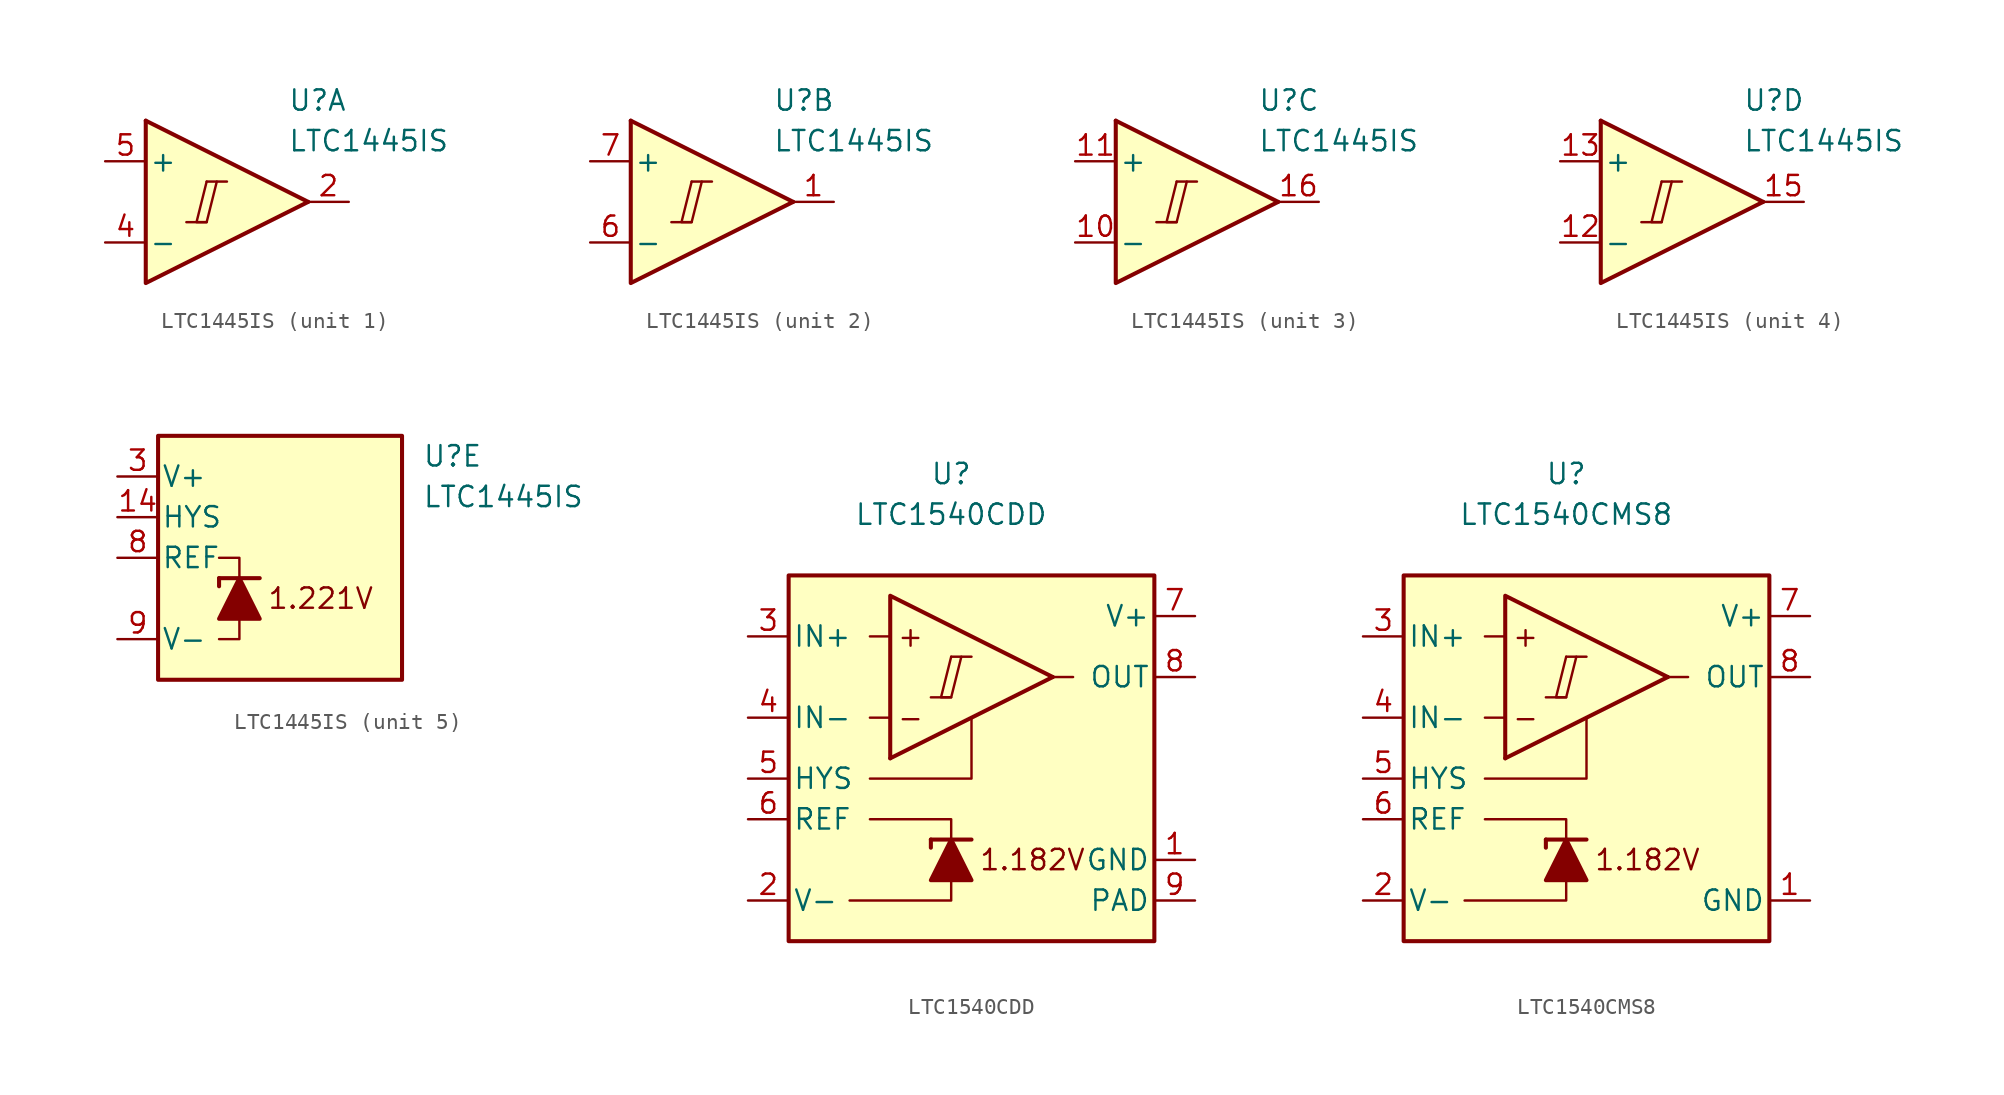
<source format=kicad_sym>
(kicad_symbol_lib
  (version 20211014)
  (generator kicad_symbol_editor)
  (symbol "LTC1445IS"
    (pin_names
      (offset 0.2))
    (property "Reference" "U"
      (at 5.08 6.35 0)
      (effects (font (size 1.27 1.27)) (justify left)))
    (property "Value" "LTC1445IS"
      (at 5.08 3.81 0)
      (effects (font (size 1.27 1.27)) (justify left)))
    (property "ki_locked" ""
      (at 0 0 0)
      (effects (font (size 1.27 1.27))))
    (symbol "LTC1445IS_1_0"
      (polyline (pts (xy -1.27 -1.27) (xy 0 -1.27)) (stroke (width 0.152) (type default) (color 0 0 0 0)) (fill (type none)))
      (polyline (pts (xy 0 1.27) (xy 1.27 1.27)) (stroke (width 0.152) (type default) (color 0 0 0 0)) (fill (type none)))
      (polyline (pts (xy 0 1.27) (xy -0.635 -1.27) (xy 0 -1.27) (xy 0.635 1.27)) (stroke (width 0.152) (type default) (color 0 0 0 0)) (fill (type none))))
    (symbol "LTC1445IS_1_1"
      (polyline (pts (xy -3.81 5.08) (xy 6.35 0)) (stroke (width 0.254) (type default) (color 0 0 0 0)) (fill (type none)))
      (polyline (pts (xy -3.81 5.08) (xy -3.81 -5.08) (xy 6.35 0)) (stroke (width 0.254) (type default) (color 0 0 0 0)) (fill (type background)))
      (pin output line (at 8.89 0 180) (length 2.54) (name "~" (effects (font (size 1.27 1.27)))) (number "2" (effects (font (size 1.27 1.27)))))
      (pin input line (at -6.35 -2.54 0) (length 2.54) (name "-" (effects (font (size 1.27 1.27)))) (number "4" (effects (font (size 1.27 1.27)))))
      (pin input line (at -6.35 2.54 0) (length 2.54) (name "+" (effects (font (size 1.27 1.27)))) (number "5" (effects (font (size 1.27 1.27))))))
    (symbol "LTC1445IS_2_0"
      (polyline (pts (xy -1.27 -1.27) (xy 0 -1.27)) (stroke (width 0.152) (type default) (color 0 0 0 0)) (fill (type none)))
      (polyline (pts (xy 0 1.27) (xy 1.27 1.27)) (stroke (width 0.152) (type default) (color 0 0 0 0)) (fill (type none)))
      (polyline (pts (xy 0 1.27) (xy -0.635 -1.27) (xy 0 -1.27) (xy 0.635 1.27)) (stroke (width 0.152) (type default) (color 0 0 0 0)) (fill (type none))))
    (symbol "LTC1445IS_2_1"
      (polyline (pts (xy -3.81 5.08) (xy 6.35 0)) (stroke (width 0.254) (type default) (color 0 0 0 0)) (fill (type none)))
      (polyline (pts (xy -3.81 5.08) (xy -3.81 -5.08) (xy 6.35 0)) (stroke (width 0.254) (type default) (color 0 0 0 0)) (fill (type background)))
      (pin output line (at 8.89 0 180) (length 2.54) (name "~" (effects (font (size 1.27 1.27)))) (number "1" (effects (font (size 1.27 1.27)))))
      (pin input line (at -6.35 -2.54 0) (length 2.54) (name "-" (effects (font (size 1.27 1.27)))) (number "6" (effects (font (size 1.27 1.27)))))
      (pin input line (at -6.35 2.54 0) (length 2.54) (name "+" (effects (font (size 1.27 1.27)))) (number "7" (effects (font (size 1.27 1.27))))))
    (symbol "LTC1445IS_3_0"
      (polyline (pts (xy -1.27 -1.27) (xy 0 -1.27)) (stroke (width 0.152) (type default) (color 0 0 0 0)) (fill (type none)))
      (polyline (pts (xy 0 1.27) (xy 1.27 1.27)) (stroke (width 0.152) (type default) (color 0 0 0 0)) (fill (type none)))
      (polyline (pts (xy 0 1.27) (xy -0.635 -1.27) (xy 0 -1.27) (xy 0.635 1.27)) (stroke (width 0.152) (type default) (color 0 0 0 0)) (fill (type none))))
    (symbol "LTC1445IS_3_1"
      (polyline (pts (xy -3.81 5.08) (xy 6.35 0)) (stroke (width 0.254) (type default) (color 0 0 0 0)) (fill (type none)))
      (polyline (pts (xy -3.81 5.08) (xy -3.81 -5.08) (xy 6.35 0)) (stroke (width 0.254) (type default) (color 0 0 0 0)) (fill (type background)))
      (pin input line (at -6.35 -2.54 0) (length 2.54) (name "-" (effects (font (size 1.27 1.27)))) (number "10" (effects (font (size 1.27 1.27)))))
      (pin input line (at -6.35 2.54 0) (length 2.54) (name "+" (effects (font (size 1.27 1.27)))) (number "11" (effects (font (size 1.27 1.27)))))
      (pin output line (at 8.89 0 180) (length 2.54) (name "~" (effects (font (size 1.27 1.27)))) (number "16" (effects (font (size 1.27 1.27))))))
    (symbol "LTC1445IS_4_0"
      (polyline (pts (xy -1.27 -1.27) (xy 0 -1.27)) (stroke (width 0.152) (type default) (color 0 0 0 0)) (fill (type none)))
      (polyline (pts (xy 0 1.27) (xy 1.27 1.27)) (stroke (width 0.152) (type default) (color 0 0 0 0)) (fill (type none)))
      (polyline (pts (xy 0 1.27) (xy -0.635 -1.27) (xy 0 -1.27) (xy 0.635 1.27)) (stroke (width 0.152) (type default) (color 0 0 0 0)) (fill (type none))))
    (symbol "LTC1445IS_4_1"
      (polyline (pts (xy -3.81 5.08) (xy 6.35 0)) (stroke (width 0.254) (type default) (color 0 0 0 0)) (fill (type none)))
      (polyline (pts (xy -3.81 5.08) (xy -3.81 -5.08) (xy 6.35 0)) (stroke (width 0.254) (type default) (color 0 0 0 0)) (fill (type background)))
      (pin input line (at -6.35 -2.54 0) (length 2.54) (name "-" (effects (font (size 1.27 1.27)))) (number "12" (effects (font (size 1.27 1.27)))))
      (pin input line (at -6.35 2.54 0) (length 2.54) (name "+" (effects (font (size 1.27 1.27)))) (number "13" (effects (font (size 1.27 1.27)))))
      (pin output line (at 8.89 0 180) (length 2.54) (name "~" (effects (font (size 1.27 1.27)))) (number "15" (effects (font (size 1.27 1.27))))))
    (symbol "LTC1445IS_5_0"
      (text "1.221V" (at -1.27 -2.54 0) (effects (font (size 1.27 1.27)))))
    (symbol "LTC1445IS_5_1"
      (rectangle (start -11.43 7.62) (end 3.81 -7.62) (stroke (width 0.254) (type default) (color 0 0 0 0)) (fill (type background)))
      (polyline (pts (xy -7.62 -1.27) (xy -7.62 -1.778)) (stroke (width 0.254) (type default) (color 0 0 0 0)) (fill (type none)))
      (polyline (pts (xy -7.62 -1.27) (xy -5.08 -1.27)) (stroke (width 0.254) (type default) (color 0 0 0 0)) (fill (type none)))
      (polyline (pts (xy -6.35 -3.81) (xy -6.35 -5.08) (xy -7.62 -5.08)) (stroke (width 0) (type default) (color 0 0 0 0)) (fill (type none)))
      (polyline (pts (xy -6.35 -1.27) (xy -6.35 0) (xy -7.62 0)) (stroke (width 0) (type default) (color 0 0 0 0)) (fill (type none)))
      (polyline (pts (xy -5.08 -3.81) (xy -7.62 -3.81) (xy -6.35 -1.27) (xy -5.08 -3.81)) (stroke (width 0.254) (type default) (color 0 0 0 0)) (fill (type outline)))
      (pin input line (at -13.97 2.54 0) (length 2.54) (name "HYS" (effects (font (size 1.27 1.27)))) (number "14" (effects (font (size 1.27 1.27)))))
      (pin power_in line (at -13.97 5.08 0) (length 2.54) (name "V+" (effects (font (size 1.27 1.27)))) (number "3" (effects (font (size 1.27 1.27)))))
      (pin output line (at -13.97 0 0) (length 2.54) (name "REF" (effects (font (size 1.27 1.27)))) (number "8" (effects (font (size 1.27 1.27)))))
      (pin power_in line (at -13.97 -5.08 0) (length 2.54) (name "V-" (effects (font (size 1.27 1.27)))) (number "9" (effects (font (size 1.27 1.27)))))))
  (symbol "LTC1540CDD"
    (pin_names
      (offset 0.254))
    (property "Reference" "U"
      (at 0 16.51 0)
      (effects (font (size 1.27 1.27))))
    (property "Value" "LTC1540CDD"
      (at 0 13.97 0)
      (effects (font (size 1.27 1.27))))
    (symbol "LTC1540CDD_0_0"
      (polyline (pts (xy -1.27 2.54) (xy 0 2.54)) (stroke (width 0.152) (type default) (color 0 0 0 0)) (fill (type none)))
      (polyline (pts (xy 0 5.08) (xy 1.27 5.08)) (stroke (width 0.152) (type default) (color 0 0 0 0)) (fill (type none)))
      (polyline (pts (xy 6.35 3.81) (xy -3.81 -1.27)) (stroke (width 0.254) (type default) (color 0 0 0 0)) (fill (type none)))
      (polyline (pts (xy 6.35 3.81) (xy -3.81 8.89) (xy -3.81 -1.27)) (stroke (width 0.254) (type default) (color 0 0 0 0)) (fill (type background)))
      (polyline (pts (xy 0 5.08) (xy -0.635 2.54) (xy 0 2.54) (xy 0.635 5.08)) (stroke (width 0.152) (type default) (color 0 0 0 0)) (fill (type none)))
      (text "+" (at -2.54 6.35 0) (effects (font (size 1.27 1.27))))
      (text "-" (at -2.54 1.27 0) (effects (font (size 1.27 1.27)))))
    (symbol "LTC1540CDD_0_1"
      (polyline (pts (xy -3.81 1.27) (xy -5.08 1.27)) (stroke (width 0) (type default) (color 0 0 0 0)) (fill (type none)))
      (polyline (pts (xy -3.81 6.35) (xy -5.08 6.35)) (stroke (width 0) (type default) (color 0 0 0 0)) (fill (type none)))
      (polyline (pts (xy -1.27 -6.35) (xy -1.27 -6.858)) (stroke (width 0.254) (type default) (color 0 0 0 0)) (fill (type none)))
      (polyline (pts (xy -1.27 -6.35) (xy 1.27 -6.35)) (stroke (width 0.254) (type default) (color 0 0 0 0)) (fill (type none)))
      (polyline (pts (xy 6.35 3.81) (xy 7.62 3.81)) (stroke (width 0) (type default) (color 0 0 0 0)) (fill (type none)))
      (polyline (pts (xy 0 -8.89) (xy 0 -10.16) (xy -6.35 -10.16)) (stroke (width 0) (type default) (color 0 0 0 0)) (fill (type none)))
      (polyline (pts (xy 0 -6.35) (xy 0 -5.08) (xy -5.08 -5.08)) (stroke (width 0) (type default) (color 0 0 0 0)) (fill (type none)))
      (polyline (pts (xy 1.27 1.27) (xy 1.27 -2.54) (xy -5.08 -2.54)) (stroke (width 0) (type default) (color 0 0 0 0)) (fill (type none)))
      (polyline (pts (xy 1.27 -8.89) (xy -1.27 -8.89) (xy 0 -6.35) (xy 1.27 -8.89)) (stroke (width 0.254) (type default) (color 0 0 0 0)) (fill (type outline)))
      (rectangle (start 12.7 10.16) (end -10.16 -12.7) (stroke (width 0.254) (type default) (color 0 0 0 0)) (fill (type background))))
    (symbol "LTC1540CDD_1_0"
      (text "1.182V" (at 5.08 -7.62 0) (effects (font (size 1.27 1.27)))))
    (symbol "LTC1540CDD_1_1"
      (pin power_in line (at 15.24 -7.62 180) (length 2.54) (name "GND" (effects (font (size 1.27 1.27)))) (number "1" (effects (font (size 1.27 1.27)))))
      (pin power_in line (at -12.7 -10.16 0) (length 2.54) (name "V-" (effects (font (size 1.27 1.27)))) (number "2" (effects (font (size 1.27 1.27)))))
      (pin input line (at -12.7 6.35 0) (length 2.54) (name "IN+" (effects (font (size 1.27 1.27)))) (number "3" (effects (font (size 1.27 1.27)))))
      (pin input line (at -12.7 1.27 0) (length 2.54) (name "IN-" (effects (font (size 1.27 1.27)))) (number "4" (effects (font (size 1.27 1.27)))))
      (pin input line (at -12.7 -2.54 0) (length 2.54) (name "HYS" (effects (font (size 1.27 1.27)))) (number "5" (effects (font (size 1.27 1.27)))))
      (pin output line (at -12.7 -5.08 0) (length 2.54) (name "REF" (effects (font (size 1.27 1.27)))) (number "6" (effects (font (size 1.27 1.27)))))
      (pin power_in line (at 15.24 7.62 180) (length 2.54) (name "V+" (effects (font (size 1.27 1.27)))) (number "7" (effects (font (size 1.27 1.27)))))
      (pin output line (at 15.24 3.81 180) (length 2.54) (name "OUT" (effects (font (size 1.27 1.27)))) (number "8" (effects (font (size 1.27 1.27)))))
      (pin power_in line (at 15.24 -10.16 180) (length 2.54) (name "PAD" (effects (font (size 1.27 1.27)))) (number "9" (effects (font (size 1.27 1.27)))))))
  (symbol "LTC1540CMS8"
    (pin_names
      (offset 0.254))
    (property "Reference" "U"
      (at 0 16.51 0)
      (effects (font (size 1.27 1.27))))
    (property "Value" "LTC1540CMS8"
      (at 0 13.97 0)
      (effects (font (size 1.27 1.27))))
    (symbol "LTC1540CMS8_0_0"
      (polyline (pts (xy -1.27 2.54) (xy 0 2.54)) (stroke (width 0.152) (type default) (color 0 0 0 0)) (fill (type none)))
      (polyline (pts (xy 0 5.08) (xy 1.27 5.08)) (stroke (width 0.152) (type default) (color 0 0 0 0)) (fill (type none)))
      (polyline (pts (xy 6.35 3.81) (xy -3.81 -1.27)) (stroke (width 0.254) (type default) (color 0 0 0 0)) (fill (type none)))
      (polyline (pts (xy 6.35 3.81) (xy -3.81 8.89) (xy -3.81 -1.27)) (stroke (width 0.254) (type default) (color 0 0 0 0)) (fill (type background)))
      (polyline (pts (xy 0 5.08) (xy -0.635 2.54) (xy 0 2.54) (xy 0.635 5.08)) (stroke (width 0.152) (type default) (color 0 0 0 0)) (fill (type none)))
      (text "+" (at -2.54 6.35 0) (effects (font (size 1.27 1.27))))
      (text "-" (at -2.54 1.27 0) (effects (font (size 1.27 1.27)))))
    (symbol "LTC1540CMS8_0_1"
      (polyline (pts (xy -3.81 1.27) (xy -5.08 1.27)) (stroke (width 0) (type default) (color 0 0 0 0)) (fill (type none)))
      (polyline (pts (xy -3.81 6.35) (xy -5.08 6.35)) (stroke (width 0) (type default) (color 0 0 0 0)) (fill (type none)))
      (polyline (pts (xy -1.27 -6.35) (xy -1.27 -6.858)) (stroke (width 0.254) (type default) (color 0 0 0 0)) (fill (type none)))
      (polyline (pts (xy -1.27 -6.35) (xy 1.27 -6.35)) (stroke (width 0.254) (type default) (color 0 0 0 0)) (fill (type none)))
      (polyline (pts (xy 6.35 3.81) (xy 7.62 3.81)) (stroke (width 0) (type default) (color 0 0 0 0)) (fill (type none)))
      (polyline (pts (xy 0 -8.89) (xy 0 -10.16) (xy -6.35 -10.16)) (stroke (width 0) (type default) (color 0 0 0 0)) (fill (type none)))
      (polyline (pts (xy 0 -6.35) (xy 0 -5.08) (xy -5.08 -5.08)) (stroke (width 0) (type default) (color 0 0 0 0)) (fill (type none)))
      (polyline (pts (xy 1.27 1.27) (xy 1.27 -2.54) (xy -5.08 -2.54)) (stroke (width 0) (type default) (color 0 0 0 0)) (fill (type none)))
      (polyline (pts (xy 1.27 -8.89) (xy -1.27 -8.89) (xy 0 -6.35) (xy 1.27 -8.89)) (stroke (width 0.254) (type default) (color 0 0 0 0)) (fill (type outline)))
      (rectangle (start 12.7 10.16) (end -10.16 -12.7) (stroke (width 0.254) (type default) (color 0 0 0 0)) (fill (type background))))
    (symbol "LTC1540CMS8_1_0"
      (text "1.182V" (at 5.08 -7.62 0) (effects (font (size 1.27 1.27)))))
    (symbol "LTC1540CMS8_1_1"
      (pin power_in line (at 15.24 -10.16 180) (length 2.54) (name "GND" (effects (font (size 1.27 1.27)))) (number "1" (effects (font (size 1.27 1.27)))))
      (pin power_in line (at -12.7 -10.16 0) (length 2.54) (name "V-" (effects (font (size 1.27 1.27)))) (number "2" (effects (font (size 1.27 1.27)))))
      (pin input line (at -12.7 6.35 0) (length 2.54) (name "IN+" (effects (font (size 1.27 1.27)))) (number "3" (effects (font (size 1.27 1.27)))))
      (pin input line (at -12.7 1.27 0) (length 2.54) (name "IN-" (effects (font (size 1.27 1.27)))) (number "4" (effects (font (size 1.27 1.27)))))
      (pin input line (at -12.7 -2.54 0) (length 2.54) (name "HYS" (effects (font (size 1.27 1.27)))) (number "5" (effects (font (size 1.27 1.27)))))
      (pin output line (at -12.7 -5.08 0) (length 2.54) (name "REF" (effects (font (size 1.27 1.27)))) (number "6" (effects (font (size 1.27 1.27)))))
      (pin power_in line (at 15.24 7.62 180) (length 2.54) (name "V+" (effects (font (size 1.27 1.27)))) (number "7" (effects (font (size 1.27 1.27)))))
      (pin output line (at 15.24 3.81 180) (length 2.54) (name "OUT" (effects (font (size 1.27 1.27)))) (number "8" (effects (font (size 1.27 1.27))))))))
</source>
